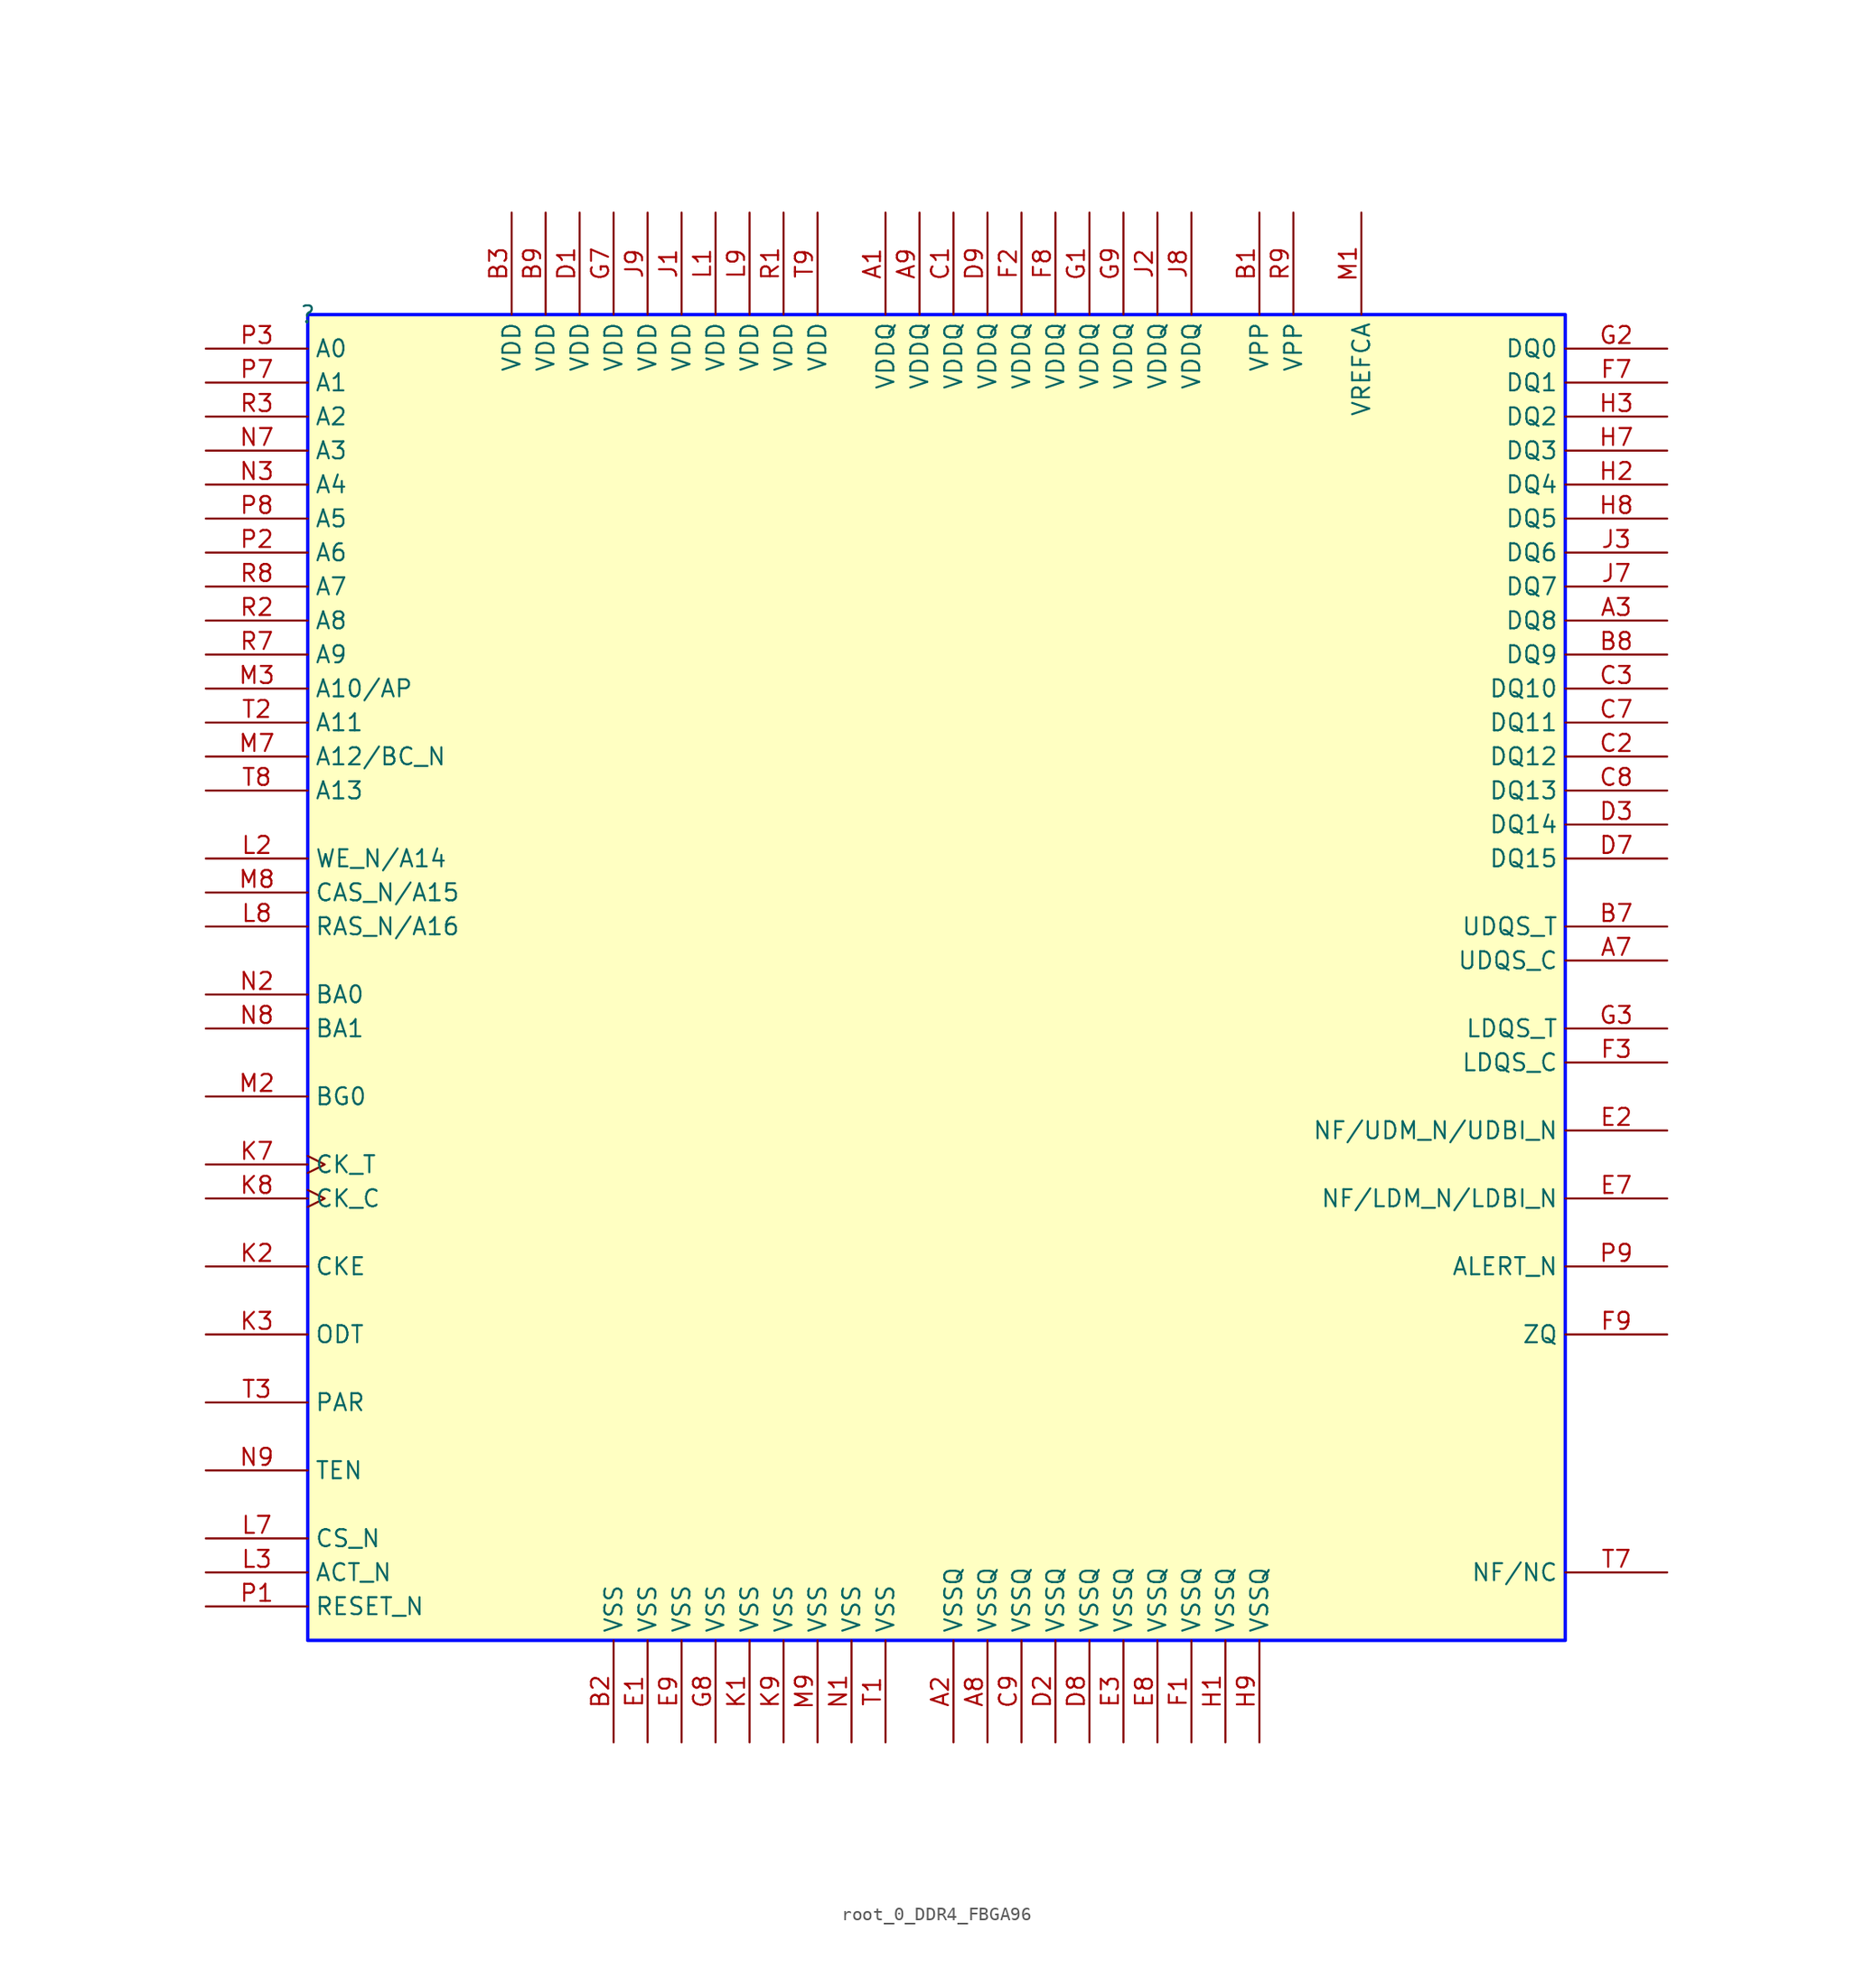
<source format=kicad_sym>
(kicad_symbol_lib
  (version 20231120)
  (generator "kicad_symbol_editor")
  (generator_version "8.0")
  (symbol "root_0_DDR4_FBGA96"
    (property "Reference" ""
      (at 0 0 0)
      (effects (font (size 1.27 1.27))))
    (property "Value" ""
      (at 0 0 0)
      (effects (font (size 1.27 1.27))))
    (symbol "root_0_DDR4_FBGA96_1_0"
      (rectangle (start 93.98 0) (end 0 -99.06) (stroke (width 0.254) (type solid) (color 0 11 255 1)) (fill (type background)))
      (pin power_in line (at 43.18 7.62 270) (length 7.62) (name "VDDQ" (effects (font (size 1.27 1.27)))) (number "A1" (effects (font (size 1.27 1.27)))))
      (pin power_in line (at 48.26 -106.68 90) (length 7.62) (name "VSSQ" (effects (font (size 1.27 1.27)))) (number "A2" (effects (font (size 1.27 1.27)))))
      (pin bidirectional line (at 101.6 -22.86 180) (length 7.62) (name "DQ8" (effects (font (size 1.27 1.27)))) (number "A3" (effects (font (size 1.27 1.27)))))
      (pin passive line (at 101.6 -48.26 180) (length 7.62) (name "UDQS_C" (effects (font (size 1.27 1.27)))) (number "A7" (effects (font (size 1.27 1.27)))))
      (pin power_in line (at 50.8 -106.68 90) (length 7.62) (name "VSSQ" (effects (font (size 1.27 1.27)))) (number "A8" (effects (font (size 1.27 1.27)))))
      (pin power_in line (at 45.72 7.62 270) (length 7.62) (name "VDDQ" (effects (font (size 1.27 1.27)))) (number "A9" (effects (font (size 1.27 1.27)))))
      (pin power_in line (at 71.12 7.62 270) (length 7.62) (name "VPP" (effects (font (size 1.27 1.27)))) (number "B1" (effects (font (size 1.27 1.27)))))
      (pin power_in line (at 22.86 -106.68 90) (length 7.62) (name "VSS" (effects (font (size 1.27 1.27)))) (number "B2" (effects (font (size 1.27 1.27)))))
      (pin power_in line (at 15.24 7.62 270) (length 7.62) (name "VDD" (effects (font (size 1.27 1.27)))) (number "B3" (effects (font (size 1.27 1.27)))))
      (pin passive line (at 101.6 -45.72 180) (length 7.62) (name "UDQS_T" (effects (font (size 1.27 1.27)))) (number "B7" (effects (font (size 1.27 1.27)))))
      (pin bidirectional line (at 101.6 -25.4 180) (length 7.62) (name "DQ9" (effects (font (size 1.27 1.27)))) (number "B8" (effects (font (size 1.27 1.27)))))
      (pin power_in line (at 17.78 7.62 270) (length 7.62) (name "VDD" (effects (font (size 1.27 1.27)))) (number "B9" (effects (font (size 1.27 1.27)))))
      (pin power_in line (at 48.26 7.62 270) (length 7.62) (name "VDDQ" (effects (font (size 1.27 1.27)))) (number "C1" (effects (font (size 1.27 1.27)))))
      (pin bidirectional line (at 101.6 -33.02 180) (length 7.62) (name "DQ12" (effects (font (size 1.27 1.27)))) (number "C2" (effects (font (size 1.27 1.27)))))
      (pin bidirectional line (at 101.6 -27.94 180) (length 7.62) (name "DQ10" (effects (font (size 1.27 1.27)))) (number "C3" (effects (font (size 1.27 1.27)))))
      (pin bidirectional line (at 101.6 -30.48 180) (length 7.62) (name "DQ11" (effects (font (size 1.27 1.27)))) (number "C7" (effects (font (size 1.27 1.27)))))
      (pin bidirectional line (at 101.6 -35.56 180) (length 7.62) (name "DQ13" (effects (font (size 1.27 1.27)))) (number "C8" (effects (font (size 1.27 1.27)))))
      (pin power_in line (at 53.34 -106.68 90) (length 7.62) (name "VSSQ" (effects (font (size 1.27 1.27)))) (number "C9" (effects (font (size 1.27 1.27)))))
      (pin power_in line (at 20.32 7.62 270) (length 7.62) (name "VDD" (effects (font (size 1.27 1.27)))) (number "D1" (effects (font (size 1.27 1.27)))))
      (pin power_in line (at 55.88 -106.68 90) (length 7.62) (name "VSSQ" (effects (font (size 1.27 1.27)))) (number "D2" (effects (font (size 1.27 1.27)))))
      (pin bidirectional line (at 101.6 -38.1 180) (length 7.62) (name "DQ14" (effects (font (size 1.27 1.27)))) (number "D3" (effects (font (size 1.27 1.27)))))
      (pin bidirectional line (at 101.6 -40.64 180) (length 7.62) (name "DQ15" (effects (font (size 1.27 1.27)))) (number "D7" (effects (font (size 1.27 1.27)))))
      (pin power_in line (at 58.42 -106.68 90) (length 7.62) (name "VSSQ" (effects (font (size 1.27 1.27)))) (number "D8" (effects (font (size 1.27 1.27)))))
      (pin power_in line (at 50.8 7.62 270) (length 7.62) (name "VDDQ" (effects (font (size 1.27 1.27)))) (number "D9" (effects (font (size 1.27 1.27)))))
      (pin power_in line (at 25.4 -106.68 90) (length 7.62) (name "VSS" (effects (font (size 1.27 1.27)))) (number "E1" (effects (font (size 1.27 1.27)))))
      (pin passive line (at 101.6 -60.96 180) (length 7.62) (name "NF/UDM_N/UDBI_N" (effects (font (size 1.27 1.27)))) (number "E2" (effects (font (size 1.27 1.27)))))
      (pin power_in line (at 60.96 -106.68 90) (length 7.62) (name "VSSQ" (effects (font (size 1.27 1.27)))) (number "E3" (effects (font (size 1.27 1.27)))))
      (pin passive line (at 101.6 -66.04 180) (length 7.62) (name "NF/LDM_N/LDBI_N" (effects (font (size 1.27 1.27)))) (number "E7" (effects (font (size 1.27 1.27)))))
      (pin power_in line (at 63.5 -106.68 90) (length 7.62) (name "VSSQ" (effects (font (size 1.27 1.27)))) (number "E8" (effects (font (size 1.27 1.27)))))
      (pin power_in line (at 27.94 -106.68 90) (length 7.62) (name "VSS" (effects (font (size 1.27 1.27)))) (number "E9" (effects (font (size 1.27 1.27)))))
      (pin power_in line (at 66.04 -106.68 90) (length 7.62) (name "VSSQ" (effects (font (size 1.27 1.27)))) (number "F1" (effects (font (size 1.27 1.27)))))
      (pin power_in line (at 53.34 7.62 270) (length 7.62) (name "VDDQ" (effects (font (size 1.27 1.27)))) (number "F2" (effects (font (size 1.27 1.27)))))
      (pin passive line (at 101.6 -55.88 180) (length 7.62) (name "LDQS_C" (effects (font (size 1.27 1.27)))) (number "F3" (effects (font (size 1.27 1.27)))))
      (pin bidirectional line (at 101.6 -5.08 180) (length 7.62) (name "DQ1" (effects (font (size 1.27 1.27)))) (number "F7" (effects (font (size 1.27 1.27)))))
      (pin power_in line (at 55.88 7.62 270) (length 7.62) (name "VDDQ" (effects (font (size 1.27 1.27)))) (number "F8" (effects (font (size 1.27 1.27)))))
      (pin passive line (at 101.6 -76.2 180) (length 7.62) (name "ZQ" (effects (font (size 1.27 1.27)))) (number "F9" (effects (font (size 1.27 1.27)))))
      (pin power_in line (at 58.42 7.62 270) (length 7.62) (name "VDDQ" (effects (font (size 1.27 1.27)))) (number "G1" (effects (font (size 1.27 1.27)))))
      (pin bidirectional line (at 101.6 -2.54 180) (length 7.62) (name "DQ0" (effects (font (size 1.27 1.27)))) (number "G2" (effects (font (size 1.27 1.27)))))
      (pin passive line (at 101.6 -53.34 180) (length 7.62) (name "LDQS_T" (effects (font (size 1.27 1.27)))) (number "G3" (effects (font (size 1.27 1.27)))))
      (pin power_in line (at 22.86 7.62 270) (length 7.62) (name "VDD" (effects (font (size 1.27 1.27)))) (number "G7" (effects (font (size 1.27 1.27)))))
      (pin power_in line (at 30.48 -106.68 90) (length 7.62) (name "VSS" (effects (font (size 1.27 1.27)))) (number "G8" (effects (font (size 1.27 1.27)))))
      (pin power_in line (at 60.96 7.62 270) (length 7.62) (name "VDDQ" (effects (font (size 1.27 1.27)))) (number "G9" (effects (font (size 1.27 1.27)))))
      (pin power_in line (at 68.58 -106.68 90) (length 7.62) (name "VSSQ" (effects (font (size 1.27 1.27)))) (number "H1" (effects (font (size 1.27 1.27)))))
      (pin bidirectional line (at 101.6 -12.7 180) (length 7.62) (name "DQ4" (effects (font (size 1.27 1.27)))) (number "H2" (effects (font (size 1.27 1.27)))))
      (pin bidirectional line (at 101.6 -7.62 180) (length 7.62) (name "DQ2" (effects (font (size 1.27 1.27)))) (number "H3" (effects (font (size 1.27 1.27)))))
      (pin bidirectional line (at 101.6 -10.16 180) (length 7.62) (name "DQ3" (effects (font (size 1.27 1.27)))) (number "H7" (effects (font (size 1.27 1.27)))))
      (pin bidirectional line (at 101.6 -15.24 180) (length 7.62) (name "DQ5" (effects (font (size 1.27 1.27)))) (number "H8" (effects (font (size 1.27 1.27)))))
      (pin power_in line (at 71.12 -106.68 90) (length 7.62) (name "VSSQ" (effects (font (size 1.27 1.27)))) (number "H9" (effects (font (size 1.27 1.27)))))
      (pin power_in line (at 27.94 7.62 270) (length 7.62) (name "VDD" (effects (font (size 1.27 1.27)))) (number "J1" (effects (font (size 1.27 1.27)))))
      (pin power_in line (at 63.5 7.62 270) (length 7.62) (name "VDDQ" (effects (font (size 1.27 1.27)))) (number "J2" (effects (font (size 1.27 1.27)))))
      (pin bidirectional line (at 101.6 -17.78 180) (length 7.62) (name "DQ6" (effects (font (size 1.27 1.27)))) (number "J3" (effects (font (size 1.27 1.27)))))
      (pin bidirectional line (at 101.6 -20.32 180) (length 7.62) (name "DQ7" (effects (font (size 1.27 1.27)))) (number "J7" (effects (font (size 1.27 1.27)))))
      (pin power_in line (at 66.04 7.62 270) (length 7.62) (name "VDDQ" (effects (font (size 1.27 1.27)))) (number "J8" (effects (font (size 1.27 1.27)))))
      (pin power_in line (at 25.4 7.62 270) (length 7.62) (name "VDD" (effects (font (size 1.27 1.27)))) (number "J9" (effects (font (size 1.27 1.27)))))
      (pin power_in line (at 33.02 -106.68 90) (length 7.62) (name "VSS" (effects (font (size 1.27 1.27)))) (number "K1" (effects (font (size 1.27 1.27)))))
      (pin passive line (at -7.62 -71.12 0) (length 7.62) (name "CKE" (effects (font (size 1.27 1.27)))) (number "K2" (effects (font (size 1.27 1.27)))))
      (pin passive line (at -7.62 -76.2 0) (length 7.62) (name "ODT" (effects (font (size 1.27 1.27)))) (number "K3" (effects (font (size 1.27 1.27)))))
      (pin input clock (at -7.62 -63.5 0) (length 7.62) (name "CK_T" (effects (font (size 1.27 1.27)))) (number "K7" (effects (font (size 1.27 1.27)))))
      (pin input clock (at -7.62 -66.04 0) (length 7.62) (name "CK_C" (effects (font (size 1.27 1.27)))) (number "K8" (effects (font (size 1.27 1.27)))))
      (pin power_in line (at 35.56 -106.68 90) (length 7.62) (name "VSS" (effects (font (size 1.27 1.27)))) (number "K9" (effects (font (size 1.27 1.27)))))
      (pin power_in line (at 30.48 7.62 270) (length 7.62) (name "VDD" (effects (font (size 1.27 1.27)))) (number "L1" (effects (font (size 1.27 1.27)))))
      (pin passive line (at -7.62 -40.64 0) (length 7.62) (name "WE_N/A14" (effects (font (size 1.27 1.27)))) (number "L2" (effects (font (size 1.27 1.27)))))
      (pin passive line (at -7.62 -93.98 0) (length 7.62) (name "ACT_N" (effects (font (size 1.27 1.27)))) (number "L3" (effects (font (size 1.27 1.27)))))
      (pin passive line (at -7.62 -91.44 0) (length 7.62) (name "CS_N" (effects (font (size 1.27 1.27)))) (number "L7" (effects (font (size 1.27 1.27)))))
      (pin passive line (at -7.62 -45.72 0) (length 7.62) (name "RAS_N/A16" (effects (font (size 1.27 1.27)))) (number "L8" (effects (font (size 1.27 1.27)))))
      (pin power_in line (at 33.02 7.62 270) (length 7.62) (name "VDD" (effects (font (size 1.27 1.27)))) (number "L9" (effects (font (size 1.27 1.27)))))
      (pin power_in line (at 78.74 7.62 270) (length 7.62) (name "VREFCA" (effects (font (size 1.27 1.27)))) (number "M1" (effects (font (size 1.27 1.27)))))
      (pin passive line (at -7.62 -58.42 0) (length 7.62) (name "BG0" (effects (font (size 1.27 1.27)))) (number "M2" (effects (font (size 1.27 1.27)))))
      (pin input line (at -7.62 -27.94 0) (length 7.62) (name "A10/AP" (effects (font (size 1.27 1.27)))) (number "M3" (effects (font (size 1.27 1.27)))))
      (pin input line (at -7.62 -33.02 0) (length 7.62) (name "A12/BC_N" (effects (font (size 1.27 1.27)))) (number "M7" (effects (font (size 1.27 1.27)))))
      (pin passive line (at -7.62 -43.18 0) (length 7.62) (name "CAS_N/A15" (effects (font (size 1.27 1.27)))) (number "M8" (effects (font (size 1.27 1.27)))))
      (pin power_in line (at 38.1 -106.68 90) (length 7.62) (name "VSS" (effects (font (size 1.27 1.27)))) (number "M9" (effects (font (size 1.27 1.27)))))
      (pin power_in line (at 40.64 -106.68 90) (length 7.62) (name "VSS" (effects (font (size 1.27 1.27)))) (number "N1" (effects (font (size 1.27 1.27)))))
      (pin passive line (at -7.62 -50.8 0) (length 7.62) (name "BA0" (effects (font (size 1.27 1.27)))) (number "N2" (effects (font (size 1.27 1.27)))))
      (pin input line (at -7.62 -12.7 0) (length 7.62) (name "A4" (effects (font (size 1.27 1.27)))) (number "N3" (effects (font (size 1.27 1.27)))))
      (pin input line (at -7.62 -10.16 0) (length 7.62) (name "A3" (effects (font (size 1.27 1.27)))) (number "N7" (effects (font (size 1.27 1.27)))))
      (pin passive line (at -7.62 -53.34 0) (length 7.62) (name "BA1" (effects (font (size 1.27 1.27)))) (number "N8" (effects (font (size 1.27 1.27)))))
      (pin passive line (at -7.62 -86.36 0) (length 7.62) (name "TEN" (effects (font (size 1.27 1.27)))) (number "N9" (effects (font (size 1.27 1.27)))))
      (pin passive line (at -7.62 -96.52 0) (length 7.62) (name "RESET_N" (effects (font (size 1.27 1.27)))) (number "P1" (effects (font (size 1.27 1.27)))))
      (pin input line (at -7.62 -17.78 0) (length 7.62) (name "A6" (effects (font (size 1.27 1.27)))) (number "P2" (effects (font (size 1.27 1.27)))))
      (pin input line (at -7.62 -2.54 0) (length 7.62) (name "A0" (effects (font (size 1.27 1.27)))) (number "P3" (effects (font (size 1.27 1.27)))))
      (pin input line (at -7.62 -5.08 0) (length 7.62) (name "A1" (effects (font (size 1.27 1.27)))) (number "P7" (effects (font (size 1.27 1.27)))))
      (pin input line (at -7.62 -15.24 0) (length 7.62) (name "A5" (effects (font (size 1.27 1.27)))) (number "P8" (effects (font (size 1.27 1.27)))))
      (pin passive line (at 101.6 -71.12 180) (length 7.62) (name "ALERT_N" (effects (font (size 1.27 1.27)))) (number "P9" (effects (font (size 1.27 1.27)))))
      (pin power_in line (at 35.56 7.62 270) (length 7.62) (name "VDD" (effects (font (size 1.27 1.27)))) (number "R1" (effects (font (size 1.27 1.27)))))
      (pin input line (at -7.62 -22.86 0) (length 7.62) (name "A8" (effects (font (size 1.27 1.27)))) (number "R2" (effects (font (size 1.27 1.27)))))
      (pin input line (at -7.62 -7.62 0) (length 7.62) (name "A2" (effects (font (size 1.27 1.27)))) (number "R3" (effects (font (size 1.27 1.27)))))
      (pin input line (at -7.62 -25.4 0) (length 7.62) (name "A9" (effects (font (size 1.27 1.27)))) (number "R7" (effects (font (size 1.27 1.27)))))
      (pin input line (at -7.62 -20.32 0) (length 7.62) (name "A7" (effects (font (size 1.27 1.27)))) (number "R8" (effects (font (size 1.27 1.27)))))
      (pin power_in line (at 73.66 7.62 270) (length 7.62) (name "VPP" (effects (font (size 1.27 1.27)))) (number "R9" (effects (font (size 1.27 1.27)))))
      (pin power_in line (at 43.18 -106.68 90) (length 7.62) (name "VSS" (effects (font (size 1.27 1.27)))) (number "T1" (effects (font (size 1.27 1.27)))))
      (pin input line (at -7.62 -30.48 0) (length 7.62) (name "A11" (effects (font (size 1.27 1.27)))) (number "T2" (effects (font (size 1.27 1.27)))))
      (pin passive line (at -7.62 -81.28 0) (length 7.62) (name "PAR" (effects (font (size 1.27 1.27)))) (number "T3" (effects (font (size 1.27 1.27)))))
      (pin passive line (at 101.6 -93.98 180) (length 7.62) (name "NF/NC" (effects (font (size 1.27 1.27)))) (number "T7" (effects (font (size 1.27 1.27)))))
      (pin input line (at -7.62 -35.56 0) (length 7.62) (name "A13" (effects (font (size 1.27 1.27)))) (number "T8" (effects (font (size 1.27 1.27)))))
      (pin power_in line (at 38.1 7.62 270) (length 7.62) (name "VDD" (effects (font (size 1.27 1.27)))) (number "T9" (effects (font (size 1.27 1.27))))))))
</source>
